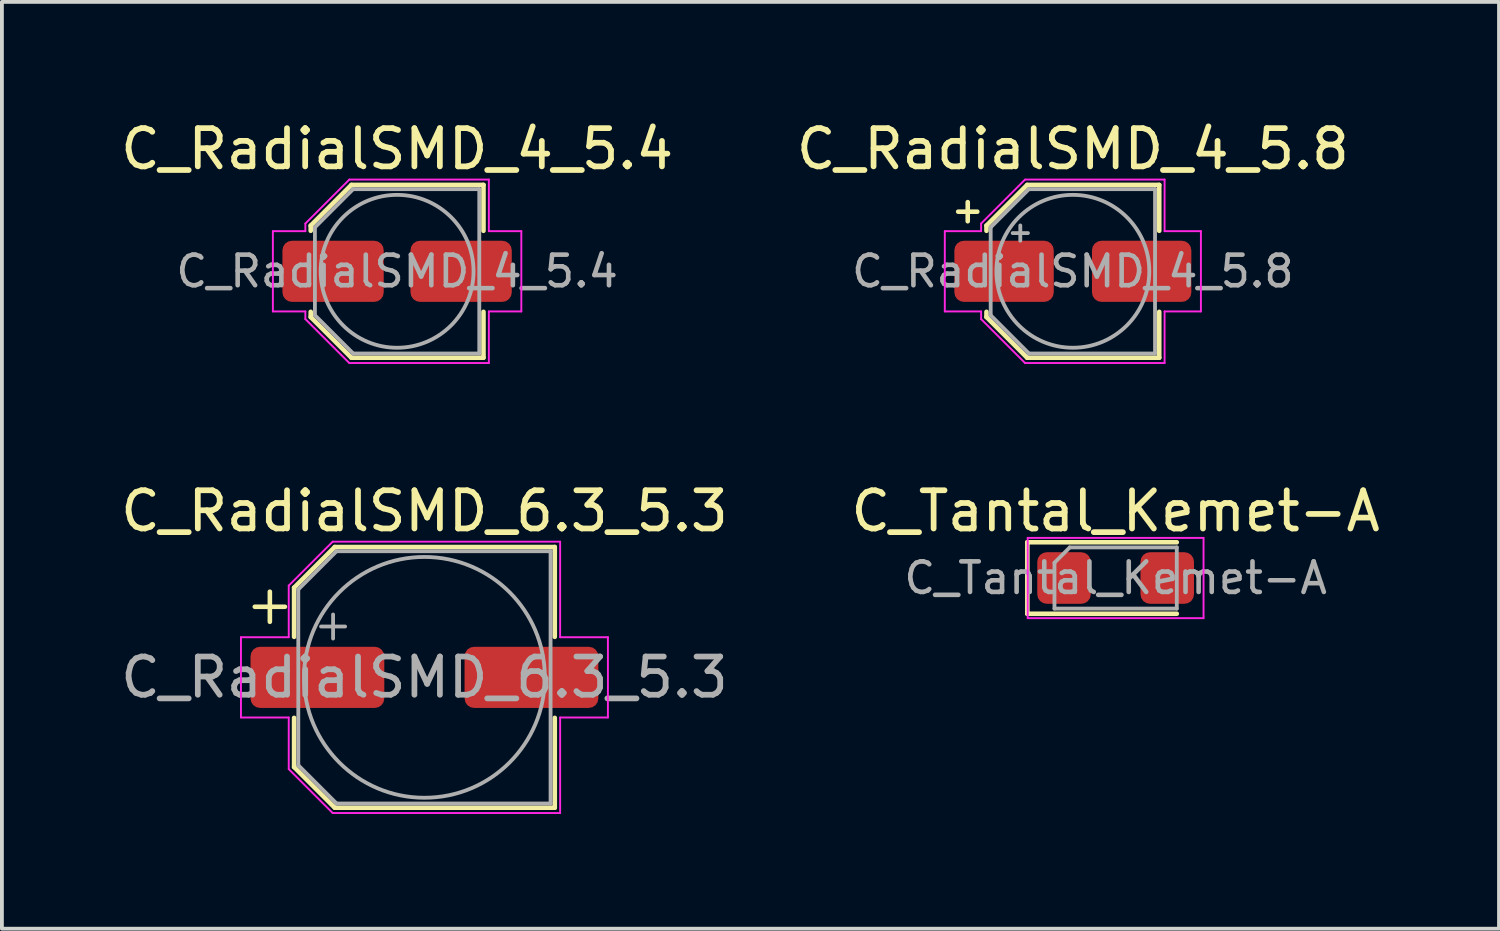
<source format=kicad_pcb>
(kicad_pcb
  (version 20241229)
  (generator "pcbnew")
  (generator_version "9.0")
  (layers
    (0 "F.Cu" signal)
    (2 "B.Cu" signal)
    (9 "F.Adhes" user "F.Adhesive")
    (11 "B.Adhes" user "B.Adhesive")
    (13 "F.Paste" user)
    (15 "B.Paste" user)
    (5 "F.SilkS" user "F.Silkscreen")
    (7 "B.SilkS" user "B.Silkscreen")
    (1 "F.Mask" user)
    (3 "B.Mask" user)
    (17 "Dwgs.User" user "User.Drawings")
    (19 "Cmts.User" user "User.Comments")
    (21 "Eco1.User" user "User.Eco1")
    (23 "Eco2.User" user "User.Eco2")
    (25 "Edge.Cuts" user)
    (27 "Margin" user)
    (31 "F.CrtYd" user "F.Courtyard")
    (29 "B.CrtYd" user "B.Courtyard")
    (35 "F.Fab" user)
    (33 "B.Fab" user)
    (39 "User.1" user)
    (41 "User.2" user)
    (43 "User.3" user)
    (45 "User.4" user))
  (footprint "C_RadialSMD_4_5.8"
    (layer "F.Cu")
    (at 25.018 4.048)
    (property "Reference" "C_RadialSMD_4_5.8" (at 0 -3.2 0) (layer "F.SilkS") (effects (font (size 1 1) (thickness 0.15))))
    (attr smd)
    (fp_line (start -3 -1.56) (end -2.5 -1.56) (stroke (width 0.12) (type solid)) (layer "F.SilkS"))
    (fp_line (start -2.75 -1.81) (end -2.75 -1.31) (stroke (width 0.12) (type solid)) (layer "F.SilkS"))
    (fp_line (start -2.26 -1.196) (end -2.26 -1.06) (stroke (width 0.12) (type solid)) (layer "F.SilkS"))
    (fp_line (start -2.26 -1.196) (end -1.196 -2.26) (stroke (width 0.12) (type solid)) (layer "F.SilkS"))
    (fp_line (start -2.26 1.196) (end -2.26 1.06) (stroke (width 0.12) (type solid)) (layer "F.SilkS"))
    (fp_line (start -2.26 1.196) (end -1.196 2.26) (stroke (width 0.12) (type solid)) (layer "F.SilkS"))
    (fp_line (start -1.196 -2.26) (end 2.26 -2.26) (stroke (width 0.12) (type solid)) (layer "F.SilkS"))
    (fp_line (start -1.196 2.26) (end 2.26 2.26) (stroke (width 0.12) (type solid)) (layer "F.SilkS"))
    (fp_line (start 2.26 -2.26) (end 2.26 -1.06) (stroke (width 0.12) (type solid)) (layer "F.SilkS"))
    (fp_line (start 2.26 2.26) (end 2.26 1.06) (stroke (width 0.12) (type solid)) (layer "F.SilkS"))
    (fp_line (start -3.35 -1.05) (end -3.35 1.05) (stroke (width 0.05) (type solid)) (layer "F.CrtYd"))
    (fp_line (start -3.35 1.05) (end -2.4 1.05) (stroke (width 0.05) (type solid)) (layer "F.CrtYd"))
    (fp_line (start -2.4 -1.25) (end -2.4 -1.05) (stroke (width 0.05) (type solid)) (layer "F.CrtYd"))
    (fp_line (start -2.4 -1.25) (end -1.25 -2.4) (stroke (width 0.05) (type solid)) (layer "F.CrtYd"))
    (fp_line (start -2.4 -1.05) (end -3.35 -1.05) (stroke (width 0.05) (type solid)) (layer "F.CrtYd"))
    (fp_line (start -2.4 1.05) (end -2.4 1.25) (stroke (width 0.05) (type solid)) (layer "F.CrtYd"))
    (fp_line (start -2.4 1.25) (end -1.25 2.4) (stroke (width 0.05) (type solid)) (layer "F.CrtYd"))
    (fp_line (start -1.25 -2.4) (end 2.4 -2.4) (stroke (width 0.05) (type solid)) (layer "F.CrtYd"))
    (fp_line (start -1.25 2.4) (end 2.4 2.4) (stroke (width 0.05) (type solid)) (layer "F.CrtYd"))
    (fp_line (start 2.4 -2.4) (end 2.4 -1.05) (stroke (width 0.05) (type solid)) (layer "F.CrtYd"))
    (fp_line (start 2.4 -1.05) (end 3.35 -1.05) (stroke (width 0.05) (type solid)) (layer "F.CrtYd"))
    (fp_line (start 2.4 1.05) (end 2.4 2.4) (stroke (width 0.05) (type solid)) (layer "F.CrtYd"))
    (fp_line (start 3.35 -1.05) (end 3.35 1.05) (stroke (width 0.05) (type solid)) (layer "F.CrtYd"))
    (fp_line (start 3.35 1.05) (end 2.4 1.05) (stroke (width 0.05) (type solid)) (layer "F.CrtYd"))
    (fp_line (start -2.15 -1.15) (end -2.15 1.15) (stroke (width 0.1) (type solid)) (layer "F.Fab"))
    (fp_line (start -2.15 -1.15) (end -1.15 -2.15) (stroke (width 0.1) (type solid)) (layer "F.Fab"))
    (fp_line (start -2.15 1.15) (end -1.15 2.15) (stroke (width 0.1) (type solid)) (layer "F.Fab"))
    (fp_line (start -1.575 -1) (end -1.175 -1) (stroke (width 0.1) (type solid)) (layer "F.Fab"))
    (fp_line (start -1.375 -1.2) (end -1.375 -0.8) (stroke (width 0.1) (type solid)) (layer "F.Fab"))
    (fp_line (start -1.15 -2.15) (end 2.15 -2.15) (stroke (width 0.1) (type solid)) (layer "F.Fab"))
    (fp_line (start -1.15 2.15) (end 2.15 2.15) (stroke (width 0.1) (type solid)) (layer "F.Fab"))
    (fp_line (start 2.15 -2.15) (end 2.15 2.15) (stroke (width 0.1) (type solid)) (layer "F.Fab"))
    (fp_circle (center 0 0) (end 2 0) (stroke (width 0.1) (type solid)) (fill no) (layer "F.Fab"))
    (fp_text user "${REFERENCE}" (at 0 0 0) (layer "F.Fab") (effects (font (size 0.8 0.8) (thickness 0.12))))
    (pad "1" smd roundrect (at -1.8 0) (size 2.6 1.6) (layers "F.Cu" "F.Mask" "F.Paste") (roundrect_rratio 0.156))
    (pad "2" smd roundrect (at 1.8 0) (size 2.6 1.6) (layers "F.Cu" "F.Mask" "F.Paste") (roundrect_rratio 0.156)))
  (footprint "C_RadialSMD_4_5.4"
    (layer "F.Cu")
    (at 7.339 4.048)
    (property "Reference" "C_RadialSMD_4_5.4" (at 0 -3.2 0) (layer "F.SilkS") (effects (font (size 1 1) (thickness 0.15))))
    (attr smd)
    (fp_line (start -2.26 -1.196) (end -2.26 -1.06) (stroke (width 0.12) (type solid)) (layer "F.SilkS"))
    (fp_line (start -2.26 -1.196) (end -1.196 -2.26) (stroke (width 0.12) (type solid)) (layer "F.SilkS"))
    (fp_line (start -2.26 1.196) (end -2.26 1.06) (stroke (width 0.12) (type solid)) (layer "F.SilkS"))
    (fp_line (start -2.26 1.196) (end -1.196 2.26) (stroke (width 0.12) (type solid)) (layer "F.SilkS"))
    (fp_line (start -1.196 -2.26) (end 2.26 -2.26) (stroke (width 0.12) (type solid)) (layer "F.SilkS"))
    (fp_line (start -1.196 2.26) (end 2.26 2.26) (stroke (width 0.12) (type solid)) (layer "F.SilkS"))
    (fp_line (start 2.26 -2.26) (end 2.26 -1.06) (stroke (width 0.12) (type solid)) (layer "F.SilkS"))
    (fp_line (start 2.26 2.26) (end 2.26 1.06) (stroke (width 0.12) (type solid)) (layer "F.SilkS"))
    (fp_line (start -3.25 -1.05) (end -3.25 1.05) (stroke (width 0.05) (type solid)) (layer "F.CrtYd"))
    (fp_line (start -3.25 1.05) (end -2.4 1.05) (stroke (width 0.05) (type solid)) (layer "F.CrtYd"))
    (fp_line (start -2.4 -1.25) (end -2.4 -1.05) (stroke (width 0.05) (type solid)) (layer "F.CrtYd"))
    (fp_line (start -2.4 -1.25) (end -1.25 -2.4) (stroke (width 0.05) (type solid)) (layer "F.CrtYd"))
    (fp_line (start -2.4 -1.05) (end -3.25 -1.05) (stroke (width 0.05) (type solid)) (layer "F.CrtYd"))
    (fp_line (start -2.4 1.05) (end -2.4 1.25) (stroke (width 0.05) (type solid)) (layer "F.CrtYd"))
    (fp_line (start -2.4 1.25) (end -1.25 2.4) (stroke (width 0.05) (type solid)) (layer "F.CrtYd"))
    (fp_line (start -1.25 -2.4) (end 2.4 -2.4) (stroke (width 0.05) (type solid)) (layer "F.CrtYd"))
    (fp_line (start -1.25 2.4) (end 2.4 2.4) (stroke (width 0.05) (type solid)) (layer "F.CrtYd"))
    (fp_line (start 2.4 -2.4) (end 2.4 -1.05) (stroke (width 0.05) (type solid)) (layer "F.CrtYd"))
    (fp_line (start 2.4 -1.05) (end 3.25 -1.05) (stroke (width 0.05) (type solid)) (layer "F.CrtYd"))
    (fp_line (start 2.4 1.05) (end 2.4 2.4) (stroke (width 0.05) (type solid)) (layer "F.CrtYd"))
    (fp_line (start 3.25 -1.05) (end 3.25 1.05) (stroke (width 0.05) (type solid)) (layer "F.CrtYd"))
    (fp_line (start 3.25 1.05) (end 2.4 1.05) (stroke (width 0.05) (type solid)) (layer "F.CrtYd"))
    (fp_line (start -2.15 -1.15) (end -2.15 1.15) (stroke (width 0.1) (type solid)) (layer "F.Fab"))
    (fp_line (start -2.15 -1.15) (end -1.15 -2.15) (stroke (width 0.1) (type solid)) (layer "F.Fab"))
    (fp_line (start -2.15 1.15) (end -1.15 2.15) (stroke (width 0.1) (type solid)) (layer "F.Fab"))
    (fp_line (start -1.15 -2.15) (end 2.15 -2.15) (stroke (width 0.1) (type solid)) (layer "F.Fab"))
    (fp_line (start -1.15 2.15) (end 2.15 2.15) (stroke (width 0.1) (type solid)) (layer "F.Fab"))
    (fp_line (start 2.15 -2.15) (end 2.15 2.15) (stroke (width 0.1) (type solid)) (layer "F.Fab"))
    (fp_circle (center 0 0) (end 2 0) (stroke (width 0.1) (type solid)) (fill no) (layer "F.Fab"))
    (fp_text user "${REFERENCE}" (at 0 0 0) (layer "F.Fab") (effects (font (size 0.8 0.8) (thickness 0.12))))
    (pad "1" smd roundrect (at -1.675 0) (size 2.65 1.6) (layers "F.Cu" "F.Mask" "F.Paste") (roundrect_rratio 0.156))
    (pad "2" smd roundrect (at 1.675 0) (size 2.65 1.6) (layers "F.Cu" "F.Mask" "F.Paste") (roundrect_rratio 0.156)))
  (footprint "C_Tantal_Kemet-A"
    (layer "F.Cu")
    (at 26.137 12.072)
    (property "Reference" "C_Tantal_Kemet-A" (at 0 -1.75 0) (layer "F.SilkS") (effects (font (size 1 1) (thickness 0.15))))
    (attr smd)
    (fp_line (start -2.31 -0.935) (end -2.31 0.935) (stroke (width 0.12) (type solid)) (layer "F.SilkS"))
    (fp_line (start -2.31 0.935) (end 1.6 0.935) (stroke (width 0.12) (type solid)) (layer "F.SilkS"))
    (fp_line (start 1.6 -0.935) (end -2.31 -0.935) (stroke (width 0.12) (type solid)) (layer "F.SilkS"))
    (fp_line (start -2.3 -1.05) (end 2.3 -1.05) (stroke (width 0.05) (type solid)) (layer "F.CrtYd"))
    (fp_line (start -2.3 1.05) (end -2.3 -1.05) (stroke (width 0.05) (type solid)) (layer "F.CrtYd"))
    (fp_line (start 2.3 -1.05) (end 2.3 1.05) (stroke (width 0.05) (type solid)) (layer "F.CrtYd"))
    (fp_line (start 2.3 1.05) (end -2.3 1.05) (stroke (width 0.05) (type solid)) (layer "F.CrtYd"))
    (fp_line (start -1.6 -0.4) (end -1.6 0.8) (stroke (width 0.1) (type solid)) (layer "F.Fab"))
    (fp_line (start -1.6 0.8) (end 1.6 0.8) (stroke (width 0.1) (type solid)) (layer "F.Fab"))
    (fp_line (start -1.2 -0.8) (end -1.6 -0.4) (stroke (width 0.1) (type solid)) (layer "F.Fab"))
    (fp_line (start 1.6 -0.8) (end -1.2 -0.8) (stroke (width 0.1) (type solid)) (layer "F.Fab"))
    (fp_line (start 1.6 0.8) (end 1.6 -0.8) (stroke (width 0.1) (type solid)) (layer "F.Fab"))
    (fp_text user "${REFERENCE}" (at 0 0 0) (layer "F.Fab") (effects (font (size 0.8 0.8) (thickness 0.12))))
    (pad "1" smd roundrect (at -1.35 0) (size 1.4 1.35) (layers "F.Cu" "F.Mask" "F.Paste") (roundrect_rratio 0.185))
    (pad "2" smd roundrect (at 1.35 0) (size 1.4 1.35) (layers "F.Cu" "F.Mask" "F.Paste") (roundrect_rratio 0.185)))
  (footprint "C_RadialSMD_6.3_5.3"
    (layer "F.Cu")
    (at 8.054 14.671)
    (property "Reference" "C_RadialSMD_6.3_5.3" (at 0 -4.35 0) (layer "F.SilkS") (effects (font (size 1 1) (thickness 0.15))))
    (attr smd)
    (fp_line (start -4.438 -1.847) (end -3.65 -1.847) (stroke (width 0.12) (type solid)) (layer "F.SilkS"))
    (fp_line (start -4.044 -2.241) (end -4.044 -1.454) (stroke (width 0.12) (type solid)) (layer "F.SilkS"))
    (fp_line (start -3.41 -2.346) (end -3.41 -1.06) (stroke (width 0.12) (type solid)) (layer "F.SilkS"))
    (fp_line (start -3.41 -2.346) (end -2.346 -3.41) (stroke (width 0.12) (type solid)) (layer "F.SilkS"))
    (fp_line (start -3.41 2.346) (end -3.41 1.06) (stroke (width 0.12) (type solid)) (layer "F.SilkS"))
    (fp_line (start -3.41 2.346) (end -2.346 3.41) (stroke (width 0.12) (type solid)) (layer "F.SilkS"))
    (fp_line (start -2.346 -3.41) (end 3.41 -3.41) (stroke (width 0.12) (type solid)) (layer "F.SilkS"))
    (fp_line (start -2.346 3.41) (end 3.41 3.41) (stroke (width 0.12) (type solid)) (layer "F.SilkS"))
    (fp_line (start 3.41 -3.41) (end 3.41 -1.06) (stroke (width 0.12) (type solid)) (layer "F.SilkS"))
    (fp_line (start 3.41 3.41) (end 3.41 1.06) (stroke (width 0.12) (type solid)) (layer "F.SilkS"))
    (fp_line (start -4.8 -1.05) (end -4.8 1.05) (stroke (width 0.05) (type solid)) (layer "F.CrtYd"))
    (fp_line (start -4.8 1.05) (end -3.55 1.05) (stroke (width 0.05) (type solid)) (layer "F.CrtYd"))
    (fp_line (start -3.55 -2.4) (end -3.55 -1.05) (stroke (width 0.05) (type solid)) (layer "F.CrtYd"))
    (fp_line (start -3.55 -2.4) (end -2.4 -3.55) (stroke (width 0.05) (type solid)) (layer "F.CrtYd"))
    (fp_line (start -3.55 -1.05) (end -4.8 -1.05) (stroke (width 0.05) (type solid)) (layer "F.CrtYd"))
    (fp_line (start -3.55 1.05) (end -3.55 2.4) (stroke (width 0.05) (type solid)) (layer "F.CrtYd"))
    (fp_line (start -3.55 2.4) (end -2.4 3.55) (stroke (width 0.05) (type solid)) (layer "F.CrtYd"))
    (fp_line (start -2.4 -3.55) (end 3.55 -3.55) (stroke (width 0.05) (type solid)) (layer "F.CrtYd"))
    (fp_line (start -2.4 3.55) (end 3.55 3.55) (stroke (width 0.05) (type solid)) (layer "F.CrtYd"))
    (fp_line (start 3.55 -3.55) (end 3.55 -1.05) (stroke (width 0.05) (type solid)) (layer "F.CrtYd"))
    (fp_line (start 3.55 -1.05) (end 4.8 -1.05) (stroke (width 0.05) (type solid)) (layer "F.CrtYd"))
    (fp_line (start 3.55 1.05) (end 3.55 3.55) (stroke (width 0.05) (type solid)) (layer "F.CrtYd"))
    (fp_line (start 4.8 -1.05) (end 4.8 1.05) (stroke (width 0.05) (type solid)) (layer "F.CrtYd"))
    (fp_line (start 4.8 1.05) (end 3.55 1.05) (stroke (width 0.05) (type solid)) (layer "F.CrtYd"))
    (fp_line (start -3.3 -2.3) (end -3.3 2.3) (stroke (width 0.1) (type solid)) (layer "F.Fab"))
    (fp_line (start -3.3 -2.3) (end -2.3 -3.3) (stroke (width 0.1) (type solid)) (layer "F.Fab"))
    (fp_line (start -3.3 2.3) (end -2.3 3.3) (stroke (width 0.1) (type solid)) (layer "F.Fab"))
    (fp_line (start -2.705 -1.33) (end -2.075 -1.33) (stroke (width 0.1) (type solid)) (layer "F.Fab"))
    (fp_line (start -2.39 -1.645) (end -2.39 -1.015) (stroke (width 0.1) (type solid)) (layer "F.Fab"))
    (fp_line (start -2.3 -3.3) (end 3.3 -3.3) (stroke (width 0.1) (type solid)) (layer "F.Fab"))
    (fp_line (start -2.3 3.3) (end 3.3 3.3) (stroke (width 0.1) (type solid)) (layer "F.Fab"))
    (fp_line (start 3.3 -3.3) (end 3.3 3.3) (stroke (width 0.1) (type solid)) (layer "F.Fab"))
    (fp_circle (center 0 0) (end 3.15 0) (stroke (width 0.1) (type solid)) (fill no) (layer "F.Fab"))
    (fp_text user "${REFERENCE}" (at 0 0 0) (layer "F.Fab") (effects (font (size 1 1) (thickness 0.15))))
    (pad "1" smd roundrect (at -2.8 0) (size 3.5 1.6) (layers "F.Cu" "F.Mask" "F.Paste") (roundrect_rratio 0.156))
    (pad "2" smd roundrect (at 2.8 0) (size 3.5 1.6) (layers "F.Cu" "F.Mask" "F.Paste") (roundrect_rratio 0.156)))
  (gr_rect
    (start -3 -3)
    (end 36.167 21.247)
    (stroke (width 0.1) (type default))
    (fill no)
    (layer "Edge.Cuts")))
</source>
